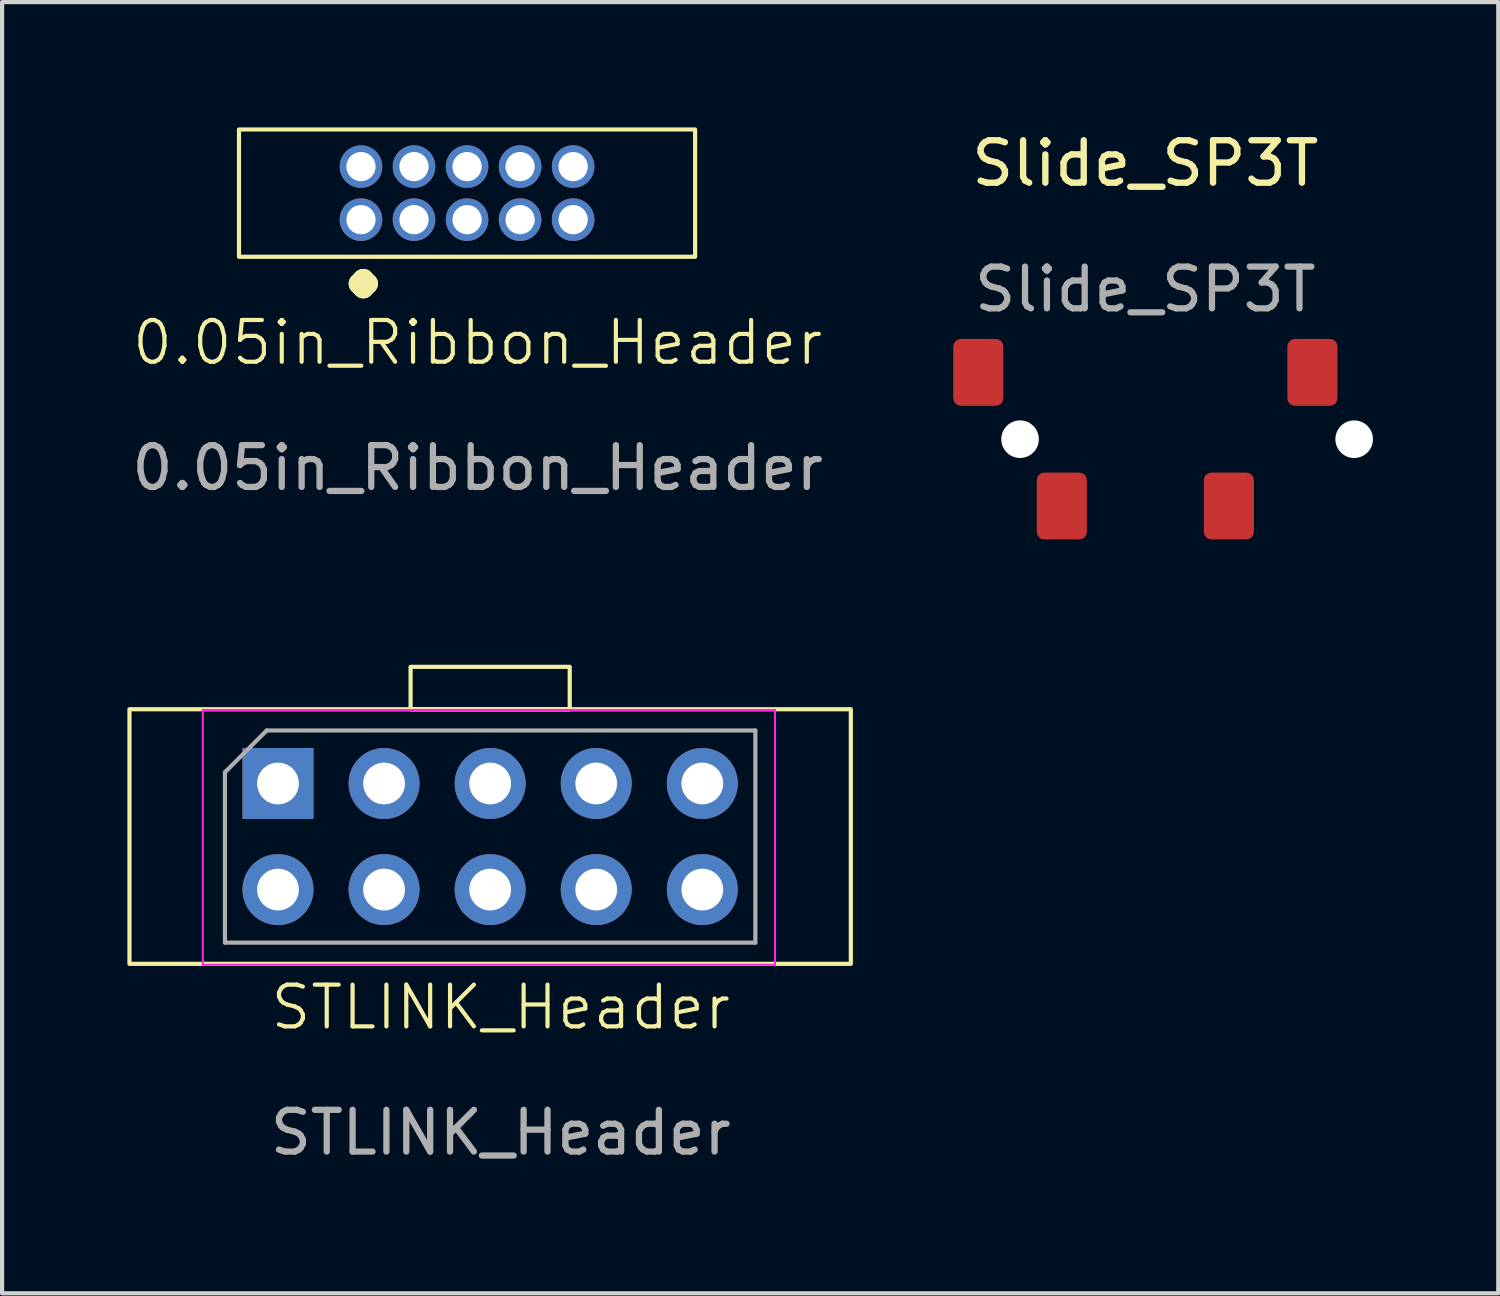
<source format=kicad_pcb>
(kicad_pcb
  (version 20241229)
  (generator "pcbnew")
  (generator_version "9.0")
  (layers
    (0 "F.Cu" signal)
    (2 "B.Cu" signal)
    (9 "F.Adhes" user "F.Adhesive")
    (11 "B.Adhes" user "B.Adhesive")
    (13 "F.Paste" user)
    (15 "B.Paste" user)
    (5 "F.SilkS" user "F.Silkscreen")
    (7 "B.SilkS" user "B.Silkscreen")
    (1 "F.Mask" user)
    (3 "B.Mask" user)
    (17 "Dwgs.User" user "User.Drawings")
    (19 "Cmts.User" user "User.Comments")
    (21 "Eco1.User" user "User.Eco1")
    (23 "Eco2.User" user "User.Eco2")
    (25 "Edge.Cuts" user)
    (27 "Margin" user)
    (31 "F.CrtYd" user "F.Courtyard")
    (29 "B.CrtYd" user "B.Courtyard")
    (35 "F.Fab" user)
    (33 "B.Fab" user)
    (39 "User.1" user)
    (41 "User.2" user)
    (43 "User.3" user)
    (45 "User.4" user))
  (footprint "Slide_SP3T"
    (layer "F.Cu")
    (at 24.374 7.466)
    (property "Reference" "Slide_SP3T" (at 0 -6.604 0) (unlocked yes) (layer "F.SilkS") (effects (font (size 1.016 1.016) (thickness 0.152))))
    (attr through_hole)
    (fp_text user "${REFERENCE}" (at 0 -3.588 0) (unlocked yes) (layer "F.Fab") (effects (font (size 1 1) (thickness 0.15))))
    (pad "" np_thru_hole circle (at -3 0) (size 0.9 0.9) (drill 0.9) (layers "*.Cu" "*.Mask"))
    (pad "" np_thru_hole circle (at 5 0) (size 0.9 0.9) (drill 0.9) (layers "*.Cu" "*.Mask"))
    (pad "1" smd roundrect (at -4 -1.6) (size 1.2 1.6) (layers "F.Cu" "F.Mask" "F.Paste") (roundrect_rratio 0.15))
    (pad "2" smd roundrect (at -2 1.6) (size 1.2 1.6) (layers "F.Cu" "F.Mask" "F.Paste") (roundrect_rratio 0.15))
    (pad "3" smd roundrect (at 2 1.6) (size 1.2 1.6) (layers "F.Cu" "F.Mask" "F.Paste") (roundrect_rratio 0.15))
    (pad "4" smd roundrect (at 4 -1.6) (size 1.2 1.6) (layers "F.Cu" "F.Mask" "F.Paste") (roundrect_rratio 0.15)))
  (footprint "0.05in_Ribbon_Header"
    (layer "F.Cu")
    (at 8.133 1.574)
    (property "Reference" "0.05in_Ribbon_Header" (at 0.254 3.58 0) (unlocked yes) (layer "F.SilkS") (effects (font (size 1 1) (thickness 0.1))))
    (attr through_hole)
    (fp_rect (start -5.461 -1.524) (end 5.461 1.524) (stroke (width 0.1) (type default)) (fill no) (layer "F.SilkS"))
    (fp_text user "." (at -3.302 2.54 0) (unlocked yes) (layer "F.SilkS") (effects (font (size 2.032 2.032) (thickness 0.508) (bold yes)) (justify left bottom)))
    (fp_text user "${REFERENCE}" (at 0.254 6.58 0) (unlocked yes) (layer "F.Fab") (effects (font (size 1 1) (thickness 0.15))))
    (pad "1" thru_hole circle (at -2.54 0.635) (size 1.02 1.02) (drill 0.7) (layers "*.Cu" "*.Mask"))
    (pad "2" thru_hole circle (at -2.54 -0.635) (size 1.02 1.02) (drill 0.7) (layers "*.Cu" "*.Mask"))
    (pad "3" thru_hole circle (at -1.27 0.635) (size 1.02 1.02) (drill 0.7) (layers "*.Cu" "*.Mask"))
    (pad "4" thru_hole circle (at -1.27 -0.635) (size 1.02 1.02) (drill 0.7) (layers "*.Cu" "*.Mask"))
    (pad "5" thru_hole circle (at 0 0.635) (size 1.02 1.02) (drill 0.7) (layers "*.Cu" "*.Mask"))
    (pad "6" thru_hole circle (at 0 -0.635) (size 1.02 1.02) (drill 0.7) (layers "*.Cu" "*.Mask"))
    (pad "7" thru_hole circle (at 1.27 0.635) (size 1.02 1.02) (drill 0.7) (layers "*.Cu" "*.Mask"))
    (pad "8" thru_hole circle (at 1.27 -0.635) (size 1.02 1.02) (drill 0.7) (layers "*.Cu" "*.Mask"))
    (pad "9" thru_hole circle (at 2.54 0.635) (size 1.02 1.02) (drill 0.7) (layers "*.Cu" "*.Mask"))
    (pad "10" thru_hole circle (at 2.54 -0.635) (size 1.02 1.02) (drill 0.7) (layers "*.Cu" "*.Mask")))
  (footprint "STLINK_Header"
    (layer "F.Cu")
    (at 8.686 16.98)
    (property "Reference" "STLINK_Header" (at 0.254 4.088 0) (unlocked yes) (layer "F.SilkS") (effects (font (size 1 1) (thickness 0.1))))
    (attr through_hole)
    (fp_rect (start -8.636 -3.048) (end 8.636 3.048) (stroke (width 0.1) (type default)) (fill no) (layer "F.SilkS"))
    (fp_rect (start -1.905 -4.064) (end 1.905 -3.048) (stroke (width 0.1) (type default)) (fill no) (layer "F.SilkS"))
    (fp_line (start -6.88 -3.03) (end 6.82 -3.03) (stroke (width 0.05) (type solid)) (layer "F.CrtYd"))
    (fp_line (start -6.88 3.07) (end -6.88 -3.03) (stroke (width 0.05) (type solid)) (layer "F.CrtYd"))
    (fp_line (start 6.82 -3.03) (end 6.82 3.07) (stroke (width 0.05) (type solid)) (layer "F.CrtYd"))
    (fp_line (start 6.82 3.07) (end -6.88 3.07) (stroke (width 0.05) (type solid)) (layer "F.CrtYd"))
    (fp_line (start -6.35 -1.54) (end -5.35 -2.54) (stroke (width 0.1) (type solid)) (layer "F.Fab"))
    (fp_line (start -6.35 2.54) (end -6.35 -1.54) (stroke (width 0.1) (type solid)) (layer "F.Fab"))
    (fp_line (start -5.35 -2.54) (end 6.35 -2.54) (stroke (width 0.1) (type solid)) (layer "F.Fab"))
    (fp_line (start 6.35 -2.54) (end 6.35 2.54) (stroke (width 0.1) (type solid)) (layer "F.Fab"))
    (fp_line (start 6.35 2.54) (end -6.35 2.54) (stroke (width 0.1) (type solid)) (layer "F.Fab"))
    (fp_text user "${REFERENCE}" (at 0.254 7.088 0) (unlocked yes) (layer "F.Fab") (effects (font (size 1 1) (thickness 0.15))))
    (pad "1" thru_hole rect (at -5.08 -1.27 90) (size 1.7 1.7) (drill 1) (layers "*.Cu" "*.Mask"))
    (pad "2" thru_hole oval (at -5.08 1.27 90) (size 1.7 1.7) (drill 1) (layers "*.Cu" "*.Mask"))
    (pad "3" thru_hole oval (at -2.54 -1.27 90) (size 1.7 1.7) (drill 1) (layers "*.Cu" "*.Mask"))
    (pad "4" thru_hole oval (at -2.54 1.27 90) (size 1.7 1.7) (drill 1) (layers "*.Cu" "*.Mask"))
    (pad "5" thru_hole oval (at 0 -1.27 90) (size 1.7 1.7) (drill 1) (layers "*.Cu" "*.Mask"))
    (pad "6" thru_hole oval (at 0 1.27 90) (size 1.7 1.7) (drill 1) (layers "*.Cu" "*.Mask"))
    (pad "7" thru_hole oval (at 2.54 -1.27 90) (size 1.7 1.7) (drill 1) (layers "*.Cu" "*.Mask"))
    (pad "8" thru_hole oval (at 2.54 1.27 90) (size 1.7 1.7) (drill 1) (layers "*.Cu" "*.Mask"))
    (pad "9" thru_hole oval (at 5.08 -1.27 90) (size 1.7 1.7) (drill 1) (layers "*.Cu" "*.Mask"))
    (pad "10" thru_hole oval (at 5.08 1.27 90) (size 1.7 1.7) (drill 1) (layers "*.Cu" "*.Mask")))
  (gr_rect
    (start -3 -3)
    (end 32.824 27.916)
    (stroke (width 0.1) (type default))
    (fill no)
    (layer "Edge.Cuts")))
</source>
